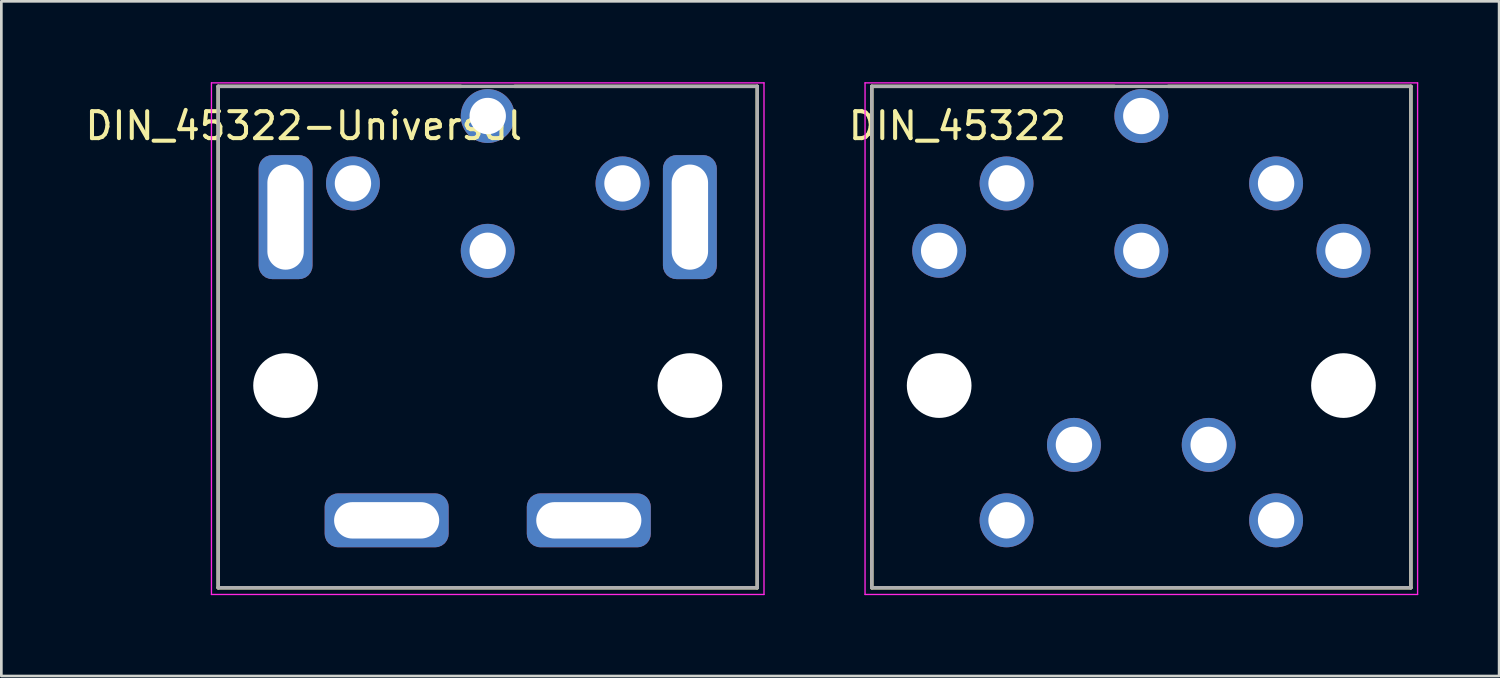
<source format=kicad_pcb>
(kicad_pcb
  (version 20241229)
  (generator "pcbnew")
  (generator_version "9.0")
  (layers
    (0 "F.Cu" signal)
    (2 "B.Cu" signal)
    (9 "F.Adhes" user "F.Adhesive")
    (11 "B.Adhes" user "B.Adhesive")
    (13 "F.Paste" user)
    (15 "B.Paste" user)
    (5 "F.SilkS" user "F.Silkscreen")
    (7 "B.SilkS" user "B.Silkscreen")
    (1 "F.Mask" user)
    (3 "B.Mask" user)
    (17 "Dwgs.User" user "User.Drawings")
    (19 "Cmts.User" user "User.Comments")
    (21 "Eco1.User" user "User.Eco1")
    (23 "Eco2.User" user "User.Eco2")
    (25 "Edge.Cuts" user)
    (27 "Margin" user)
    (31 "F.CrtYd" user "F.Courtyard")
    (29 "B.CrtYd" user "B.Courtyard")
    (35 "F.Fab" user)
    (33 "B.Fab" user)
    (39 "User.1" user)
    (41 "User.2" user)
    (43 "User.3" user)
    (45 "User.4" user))
  (footprint "DIN_45322-Universal"
    (layer "F.Cu")
    (at 15.045 11.255)
    (property "Reference" "DIN_45322-Universal" (at -6.825 -9.635 0) (layer "F.SilkS") (effects (font (size 1 1) (thickness 0.15))))
    (attr through_hole)
    (fp_line (start -10 -11.1) (end -1 -11.1) (stroke (width 0.127) (type solid)) (layer "F.SilkS"))
    (fp_line (start -10 7.5) (end -10 -11.1) (stroke (width 0.127) (type solid)) (layer "F.SilkS"))
    (fp_line (start -10 7.5) (end 10 7.5) (stroke (width 0.127) (type solid)) (layer "F.SilkS"))
    (fp_line (start 1 -11.1) (end 10 -11.1) (stroke (width 0.127) (type solid)) (layer "F.SilkS"))
    (fp_line (start 10 -11.1) (end 10 7.5) (stroke (width 0.127) (type solid)) (layer "F.SilkS"))
    (fp_line (start -10.25 -11.23) (end 10.25 -11.23) (stroke (width 0.05) (type solid)) (layer "F.CrtYd"))
    (fp_line (start -10.25 7.75) (end -10.25 -11.23) (stroke (width 0.05) (type solid)) (layer "F.CrtYd"))
    (fp_line (start 10.25 -11.23) (end 10.25 7.75) (stroke (width 0.05) (type solid)) (layer "F.CrtYd"))
    (fp_line (start 10.25 7.75) (end -10.25 7.75) (stroke (width 0.05) (type solid)) (layer "F.CrtYd"))
    (fp_line (start -10 -11.1) (end 10 -11.1) (stroke (width 0.127) (type solid)) (layer "F.Fab"))
    (fp_line (start -10 7.5) (end -10 -11.1) (stroke (width 0.127) (type solid)) (layer "F.Fab"))
    (fp_line (start 10 -11.1) (end 10 7.5) (stroke (width 0.127) (type solid)) (layer "F.Fab"))
    (fp_line (start 10 7.5) (end -10 7.5) (stroke (width 0.127) (type solid)) (layer "F.Fab"))
    (pad "" np_thru_hole circle (at -7.5 0) (size 2.4 2.4) (drill 2.4) (layers "*.Cu" "*.Mask"))
    (pad "" np_thru_hole circle (at 7.5 0) (size 2.4 2.4) (drill 2.4) (layers "*.Cu" "*.Mask"))
    (pad "1" thru_hole roundrect (at 7.5 -6.25) (size 2 4.6) (drill oval 1.35 3.9) (layers "*.Cu" "*.Mask") (roundrect_rratio 0.25))
    (pad "2" thru_hole circle (at 5 -7.5) (size 2 2) (drill 1.35) (layers "*.Cu" "*.Mask"))
    (pad "3" thru_hole circle (at 0 -5) (size 2 2) (drill 1.35) (layers "*.Cu" "*.Mask"))
    (pad "4" thru_hole circle (at -5 -7.5) (size 2 2) (drill 1.35) (layers "*.Cu" "*.Mask"))
    (pad "5" thru_hole roundrect (at -7.5 -6.25) (size 2 4.6) (drill oval 1.35 3.9) (layers "*.Cu" "*.Mask") (roundrect_rratio 0.25))
    (pad "6" thru_hole circle (at 0 -10) (size 2 2) (drill 1.35) (layers "*.Cu" "*.Mask"))
    (pad "7" thru_hole roundrect (at -3.75 5 90) (size 2 4.6) (drill oval 1.35 3.9) (layers "*.Cu" "*.Mask") (roundrect_rratio 0.25))
    (pad "7" thru_hole roundrect (at 3.75 5 90) (size 2 4.6) (drill oval 1.35 3.9) (layers "*.Cu" "*.Mask") (roundrect_rratio 0.25)))
  (footprint "DIN_45322"
    (layer "F.Cu")
    (at 39.294 11.255)
    (property "Reference" "DIN_45322" (at -6.825 -9.635 0) (layer "F.SilkS") (effects (font (size 1 1) (thickness 0.15))))
    (attr through_hole)
    (fp_line (start -10 -11.1) (end -1 -11.1) (stroke (width 0.127) (type solid)) (layer "F.SilkS"))
    (fp_line (start -10 7.5) (end -10 -11.1) (stroke (width 0.127) (type solid)) (layer "F.SilkS"))
    (fp_line (start -10 7.5) (end 10 7.5) (stroke (width 0.127) (type solid)) (layer "F.SilkS"))
    (fp_line (start 1 -11.1) (end 10 -11.1) (stroke (width 0.127) (type solid)) (layer "F.SilkS"))
    (fp_line (start 10 -11.1) (end 10 7.5) (stroke (width 0.127) (type solid)) (layer "F.SilkS"))
    (fp_line (start -10.25 -11.23) (end 10.25 -11.23) (stroke (width 0.05) (type solid)) (layer "F.CrtYd"))
    (fp_line (start -10.25 7.75) (end -10.25 -11.23) (stroke (width 0.05) (type solid)) (layer "F.CrtYd"))
    (fp_line (start 10.25 -11.23) (end 10.25 7.75) (stroke (width 0.05) (type solid)) (layer "F.CrtYd"))
    (fp_line (start 10.25 7.75) (end -10.25 7.75) (stroke (width 0.05) (type solid)) (layer "F.CrtYd"))
    (fp_line (start -10 -11.1) (end 10 -11.1) (stroke (width 0.127) (type solid)) (layer "F.Fab"))
    (fp_line (start -10 7.5) (end -10 -11.1) (stroke (width 0.127) (type solid)) (layer "F.Fab"))
    (fp_line (start 10 -11.1) (end 10 7.5) (stroke (width 0.127) (type solid)) (layer "F.Fab"))
    (fp_line (start 10 7.5) (end -10 7.5) (stroke (width 0.127) (type solid)) (layer "F.Fab"))
    (pad "" np_thru_hole circle (at -7.5 0) (size 2.4 2.4) (drill 2.4) (layers "*.Cu" "*.Mask"))
    (pad "" np_thru_hole circle (at 7.5 0) (size 2.4 2.4) (drill 2.4) (layers "*.Cu" "*.Mask"))
    (pad "1" thru_hole circle (at 7.5 -5) (size 2 2) (drill 1.35) (layers "*.Cu" "*.Mask"))
    (pad "2" thru_hole circle (at 5 -7.5) (size 2 2) (drill 1.35) (layers "*.Cu" "*.Mask"))
    (pad "3" thru_hole circle (at 0 -5) (size 2 2) (drill 1.35) (layers "*.Cu" "*.Mask"))
    (pad "4" thru_hole circle (at -5 -7.5) (size 2 2) (drill 1.35) (layers "*.Cu" "*.Mask"))
    (pad "5" thru_hole circle (at -7.5 -5) (size 2 2) (drill 1.35) (layers "*.Cu" "*.Mask"))
    (pad "6" thru_hole circle (at 0 -10) (size 2 2) (drill 1.35) (layers "*.Cu" "*.Mask"))
    (pad "7" thru_hole circle (at -5 5 90) (size 2 2) (drill 1.35) (layers "*.Cu" "*.Mask"))
    (pad "7" thru_hole circle (at -2.5 2.2 90) (size 2 2) (drill 1.35) (layers "*.Cu" "*.Mask"))
    (pad "7" thru_hole circle (at 2.5 2.2 90) (size 2 2) (drill 1.35) (layers "*.Cu" "*.Mask"))
    (pad "7" thru_hole circle (at 5 5 90) (size 2 2) (drill 1.35) (layers "*.Cu" "*.Mask")))
  (gr_rect
    (start -3 -3)
    (end 52.569 22.03)
    (stroke (width 0.1) (type default))
    (fill no)
    (layer "Edge.Cuts")))
</source>
